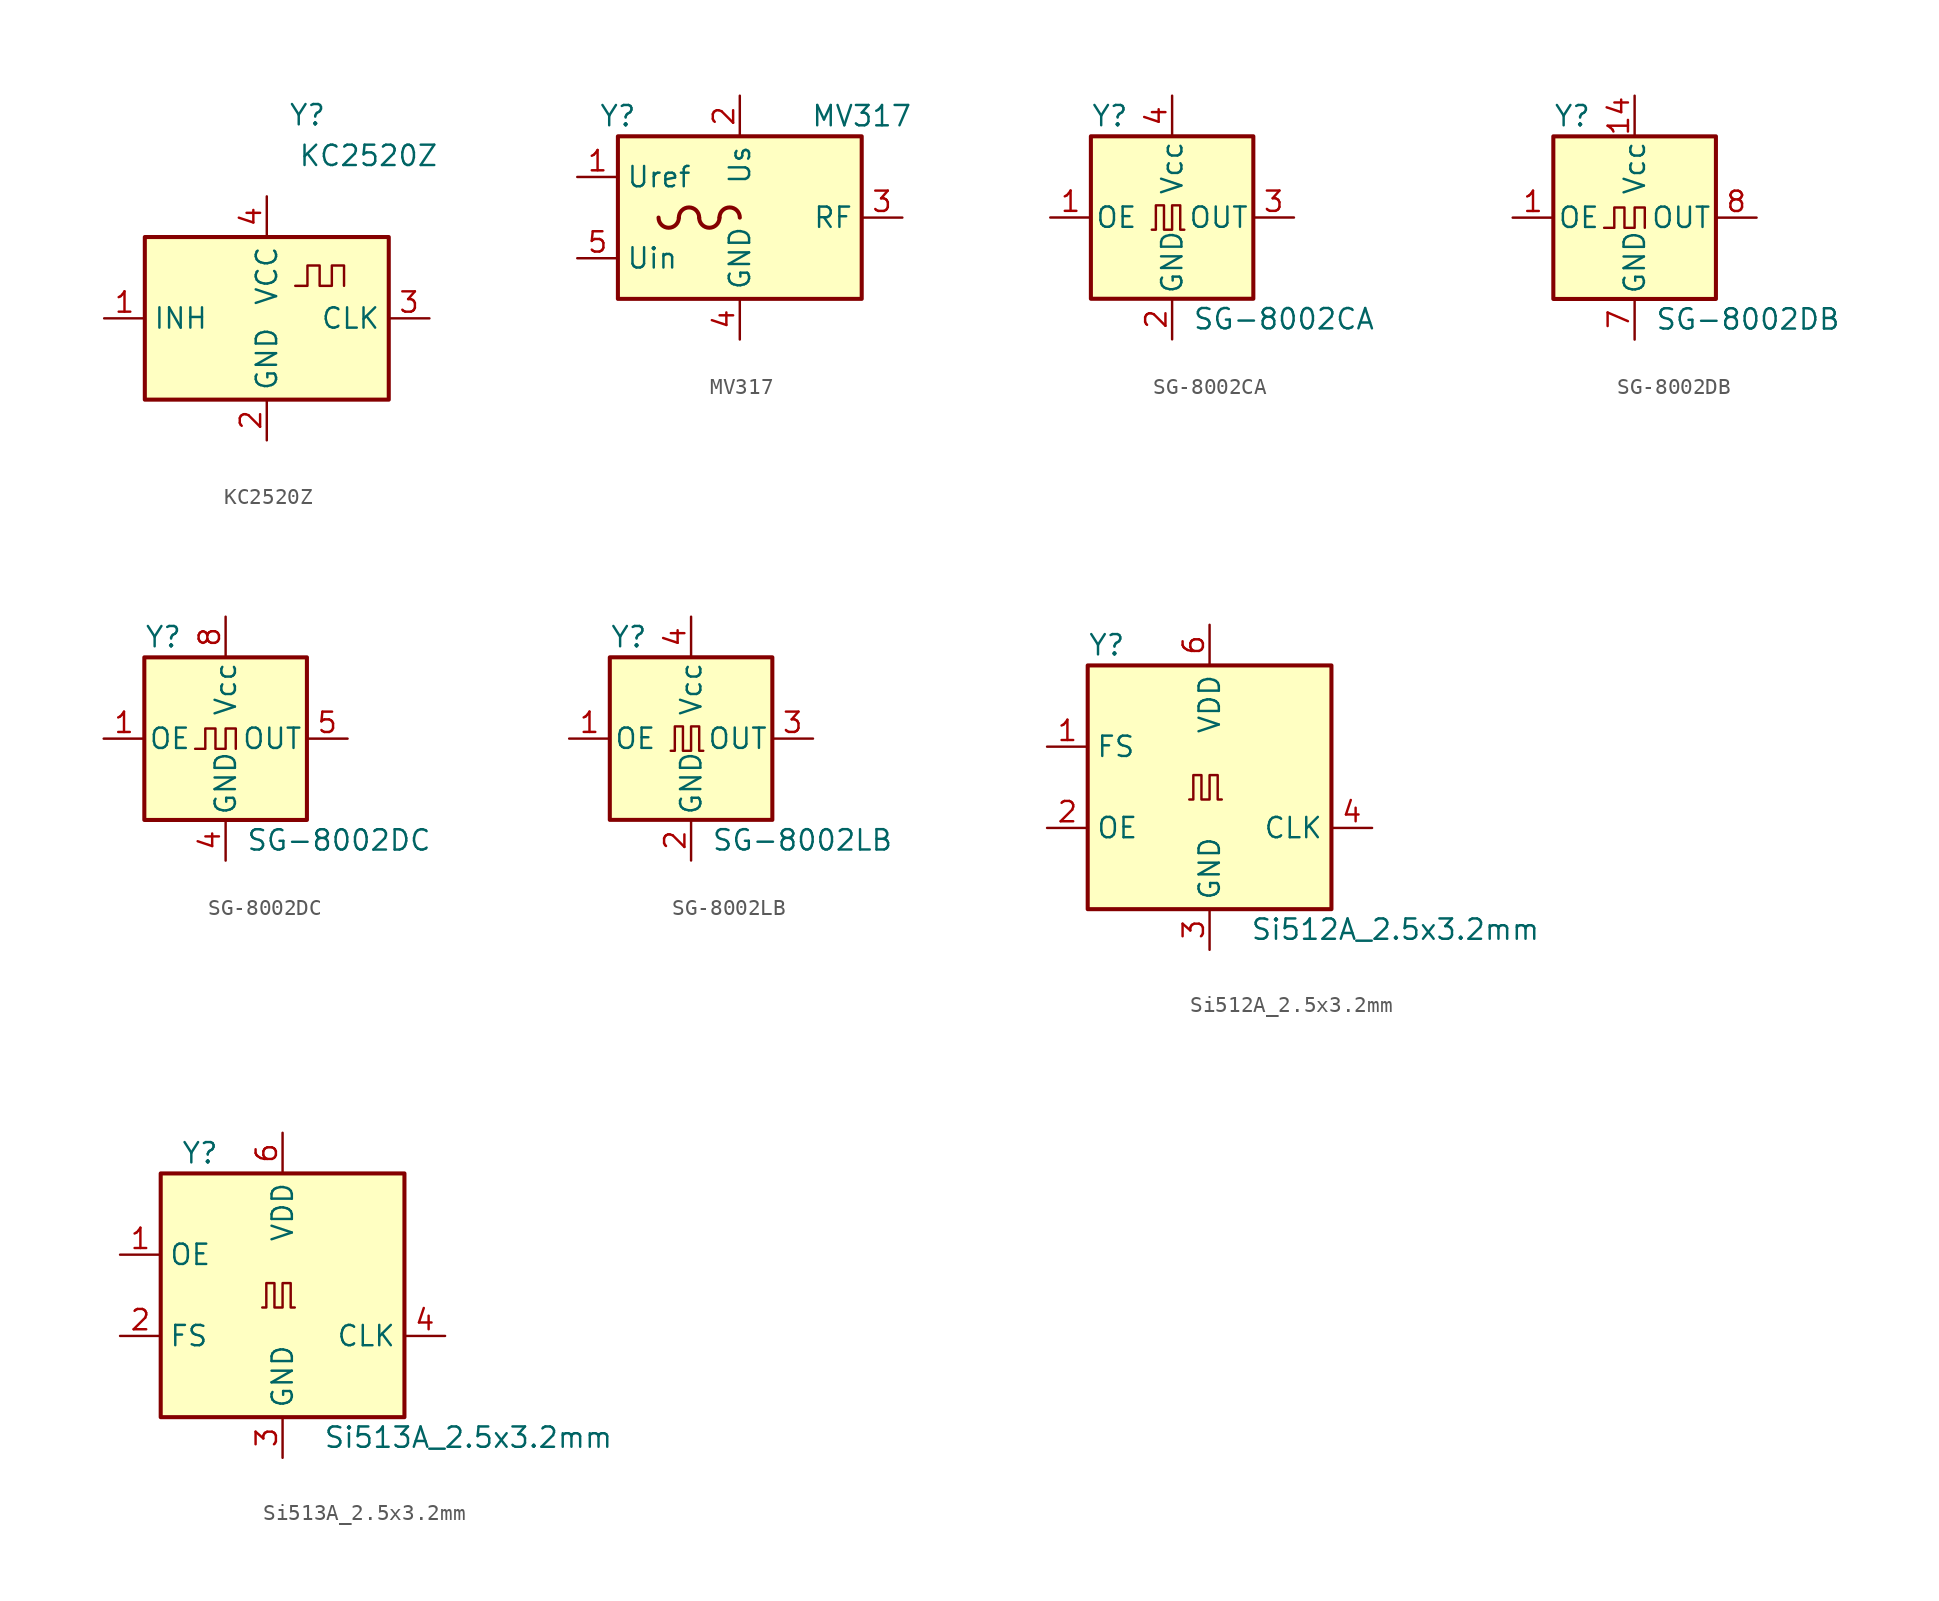
<source format=kicad_sym>
(kicad_symbol_lib
  (version 20241209)
  (generator "kicad_symbol_editor")
  (generator_version "9.0")
  (symbol "KC2520Z"
    (property "Reference" "Y"
      (at 2.54 12.7 0)
      (effects (font (size 1.27 1.27))))
    (property "Value" "KC2520Z"
      (at 6.35 10.16 0)
      (effects (font (size 1.27 1.27))))
    (symbol "KC2520Z_0_1"
      (rectangle (start -7.62 5.08) (end 7.62 -5.08) (stroke (width 0.254) (type default)) (fill (type background))))
    (symbol "KC2520Z_1_1"
      (polyline (pts (xy 1.778 2.032) (xy 2.54 2.032) (xy 2.54 3.302) (xy 3.302 3.302) (xy 3.302 2.032) (xy 4.064 2.032) (xy 4.064 3.302) (xy 4.826 3.302) (xy 4.826 2.032)) (stroke (width 0) (type default)) (fill (type none)))
      (pin input line (at -10.16 0 0) (length 2.54) (name "INH" (effects (font (size 1.27 1.27)))) (number "1" (effects (font (size 1.27 1.27)))))
      (pin power_in line (at 0 7.62 270) (length 2.54) (name "VCC" (effects (font (size 1.27 1.27)))) (number "4" (effects (font (size 1.27 1.27)))))
      (pin power_in line (at 0 -7.62 90) (length 2.54) (name "GND" (effects (font (size 1.27 1.27)))) (number "2" (effects (font (size 1.27 1.27)))))
      (pin output line (at 10.16 0 180) (length 2.54) (name "CLK" (effects (font (size 1.27 1.27)))) (number "3" (effects (font (size 1.27 1.27)))))))
  (symbol "MV317"
    (property "Reference" "Y"
      (at -7.62 6.35 0)
      (effects (font (size 1.27 1.27))))
    (property "Value" "MV317"
      (at 7.62 6.35 0)
      (effects (font (size 1.27 1.27))))
    (symbol "MV317_0_1"
      (rectangle (start -7.62 5.08) (end 7.62 -5.08) (stroke (width 0.254) (type default)) (fill (type background)))
      (arc (start -3.81 0) (mid -4.445 -0.6323) (end -5.08 0) (stroke (width 0.254) (type default)) (fill (type none)))
      (arc (start -3.81 0) (mid -3.175 0.6323) (end -2.54 0) (stroke (width 0.254) (type default)) (fill (type none)))
      (arc (start -1.27 0) (mid -1.905 -0.6323) (end -2.54 0) (stroke (width 0.254) (type default)) (fill (type none)))
      (arc (start -1.27 0) (mid -0.635 0.6323) (end 0 0) (stroke (width 0.254) (type default)) (fill (type none))))
    (symbol "MV317_1_1"
      (pin output line (at -10.16 2.54 0) (length 2.54) (name "Uref" (effects (font (size 1.27 1.27)))) (number "1" (effects (font (size 1.27 1.27)))))
      (pin input line (at -10.16 -2.54 0) (length 2.54) (name "Uin" (effects (font (size 1.27 1.27)))) (number "5" (effects (font (size 1.27 1.27)))))
      (pin power_in line (at 0 7.62 270) (length 2.54) (name "Us" (effects (font (size 1.27 1.27)))) (number "2" (effects (font (size 1.27 1.27)))))
      (pin power_in line (at 0 -7.62 90) (length 2.54) (name "GND" (effects (font (size 1.27 1.27)))) (number "4" (effects (font (size 1.27 1.27)))))
      (pin output line (at 10.16 0 180) (length 2.54) (name "RF" (effects (font (size 1.27 1.27)))) (number "3" (effects (font (size 1.27 1.27)))))))
  (symbol "SG-8002CA"
    (pin_names
      (offset 0.254))
    (property "Reference" "Y"
      (at -5.08 6.35 0)
      (effects (font (size 1.27 1.27)) (justify left)))
    (property "Value" "SG-8002CA"
      (at 1.27 -6.35 0)
      (effects (font (size 1.27 1.27)) (justify left)))
    (symbol "SG-8002CA_0_1"
      (rectangle (start -5.08 5.08) (end 5.08 -5.08) (stroke (width 0.254) (type default)) (fill (type background)))
      (polyline (pts (xy -1.27 -0.762) (xy -1.016 -0.762) (xy -1.016 0.762) (xy -0.508 0.762) (xy -0.508 -0.762) (xy 0 -0.762) (xy 0 0.762) (xy 0.508 0.762) (xy 0.508 -0.762) (xy 0.762 -0.762)) (stroke (width 0) (type default)) (fill (type none))))
    (symbol "SG-8002CA_1_1"
      (pin input line (at -7.62 0 0) (length 2.54) (name "OE" (effects (font (size 1.27 1.27)))) (number "1" (effects (font (size 1.27 1.27)))))
      (pin power_in line (at 0 7.62 270) (length 2.54) (name "Vcc" (effects (font (size 1.27 1.27)))) (number "4" (effects (font (size 1.27 1.27)))))
      (pin power_in line (at 0 -7.62 90) (length 2.54) (name "GND" (effects (font (size 1.27 1.27)))) (number "2" (effects (font (size 1.27 1.27)))))
      (pin output line (at 7.62 0 180) (length 2.54) (name "OUT" (effects (font (size 1.27 1.27)))) (number "3" (effects (font (size 1.27 1.27)))))))
  (symbol "SG-8002DB"
    (pin_names
      (offset 0.254))
    (property "Reference" "Y"
      (at -5.08 6.35 0)
      (effects (font (size 1.27 1.27)) (justify left)))
    (property "Value" "SG-8002DB"
      (at 1.27 -6.35 0)
      (effects (font (size 1.27 1.27)) (justify left)))
    (symbol "SG-8002DB_0_1"
      (rectangle (start -5.08 5.08) (end 5.08 -5.08) (stroke (width 0.254) (type default)) (fill (type background)))
      (polyline (pts (xy -1.905 -0.635) (xy -1.27 -0.635) (xy -1.27 0.635) (xy -0.635 0.635) (xy -0.635 -0.635) (xy 0 -0.635) (xy 0 0.635) (xy 0.635 0.635) (xy 0.635 -0.635)) (stroke (width 0) (type default)) (fill (type none))))
    (symbol "SG-8002DB_1_1"
      (pin input line (at -7.62 0 0) (length 2.54) (name "OE" (effects (font (size 1.27 1.27)))) (number "1" (effects (font (size 1.27 1.27)))))
      (pin power_in line (at 0 7.62 270) (length 2.54) (name "Vcc" (effects (font (size 1.27 1.27)))) (number "14" (effects (font (size 1.27 1.27)))))
      (pin power_in line (at 0 -7.62 90) (length 2.54) (name "GND" (effects (font (size 1.27 1.27)))) (number "7" (effects (font (size 1.27 1.27)))))
      (pin output line (at 7.62 0 180) (length 2.54) (name "OUT" (effects (font (size 1.27 1.27)))) (number "8" (effects (font (size 1.27 1.27)))))))
  (symbol "SG-8002DC"
    (pin_names
      (offset 0.254))
    (property "Reference" "Y"
      (at -5.08 6.35 0)
      (effects (font (size 1.27 1.27)) (justify left)))
    (property "Value" "SG-8002DC"
      (at 1.27 -6.35 0)
      (effects (font (size 1.27 1.27)) (justify left)))
    (symbol "SG-8002DC_0_1"
      (rectangle (start -5.08 5.08) (end 5.08 -5.08) (stroke (width 0.254) (type default)) (fill (type background)))
      (polyline (pts (xy -1.905 -0.635) (xy -1.27 -0.635) (xy -1.27 0.635) (xy -0.635 0.635) (xy -0.635 -0.635) (xy 0 -0.635) (xy 0 0.635) (xy 0.635 0.635) (xy 0.635 -0.635)) (stroke (width 0) (type default)) (fill (type none))))
    (symbol "SG-8002DC_1_1"
      (pin input line (at -7.62 0 0) (length 2.54) (name "OE" (effects (font (size 1.27 1.27)))) (number "1" (effects (font (size 1.27 1.27)))))
      (pin power_in line (at 0 7.62 270) (length 2.54) (name "Vcc" (effects (font (size 1.27 1.27)))) (number "8" (effects (font (size 1.27 1.27)))))
      (pin power_in line (at 0 -7.62 90) (length 2.54) (name "GND" (effects (font (size 1.27 1.27)))) (number "4" (effects (font (size 1.27 1.27)))))
      (pin output line (at 7.62 0 180) (length 2.54) (name "OUT" (effects (font (size 1.27 1.27)))) (number "5" (effects (font (size 1.27 1.27)))))))
  (symbol "SG-8002LB"
    (pin_names
      (offset 0.254))
    (property "Reference" "Y"
      (at -5.08 6.35 0)
      (effects (font (size 1.27 1.27)) (justify left)))
    (property "Value" "SG-8002LB"
      (at 1.27 -6.35 0)
      (effects (font (size 1.27 1.27)) (justify left)))
    (symbol "SG-8002LB_0_1"
      (rectangle (start -5.08 5.08) (end 5.08 -5.08) (stroke (width 0.254) (type default)) (fill (type background)))
      (polyline (pts (xy -1.27 -0.762) (xy -1.016 -0.762) (xy -1.016 0.762) (xy -0.508 0.762) (xy -0.508 -0.762) (xy 0 -0.762) (xy 0 0.762) (xy 0.508 0.762) (xy 0.508 -0.762) (xy 0.762 -0.762)) (stroke (width 0) (type default)) (fill (type none))))
    (symbol "SG-8002LB_1_1"
      (pin input line (at -7.62 0 0) (length 2.54) (name "OE" (effects (font (size 1.27 1.27)))) (number "1" (effects (font (size 1.27 1.27)))))
      (pin power_in line (at 0 7.62 270) (length 2.54) (name "Vcc" (effects (font (size 1.27 1.27)))) (number "4" (effects (font (size 1.27 1.27)))))
      (pin power_in line (at 0 -7.62 90) (length 2.54) (name "GND" (effects (font (size 1.27 1.27)))) (number "2" (effects (font (size 1.27 1.27)))))
      (pin output line (at 7.62 0 180) (length 2.54) (name "OUT" (effects (font (size 1.27 1.27)))) (number "3" (effects (font (size 1.27 1.27)))))))
  (symbol "Si512A_2.5x3.2mm"
    (property "Reference" "Y"
      (at -7.62 8.89 0)
      (effects (font (size 1.27 1.27)) (justify left)))
    (property "Value" "Si512A_2.5x3.2mm"
      (at 2.54 -8.89 0)
      (effects (font (size 1.27 1.27)) (justify left)))
    (symbol "Si512A_2.5x3.2mm_0_1"
      (rectangle (start -7.62 7.62) (end 7.62 -7.62) (stroke (width 0.254) (type default)) (fill (type background)))
      (polyline (pts (xy -1.27 -0.762) (xy -1.016 -0.762) (xy -1.016 0.762) (xy -0.508 0.762) (xy -0.508 -0.762) (xy 0 -0.762) (xy 0 0.762) (xy 0.508 0.762) (xy 0.508 -0.762) (xy 0.762 -0.762)) (stroke (width 0) (type default)) (fill (type none))))
    (symbol "Si512A_2.5x3.2mm_1_1"
      (pin input line (at -10.16 2.54 0) (length 2.54) (name "FS" (effects (font (size 1.27 1.27)))) (number "1" (effects (font (size 1.27 1.27)))))
      (pin input line (at -10.16 -2.54 0) (length 2.54) (name "OE" (effects (font (size 1.27 1.27)))) (number "2" (effects (font (size 1.27 1.27)))))
      (pin power_in line (at 0 10.16 270) (length 2.54) (name "VDD" (effects (font (size 1.27 1.27)))) (number "6" (effects (font (size 1.27 1.27)))))
      (pin power_in line (at 0 -10.16 90) (length 2.54) (name "GND" (effects (font (size 1.27 1.27)))) (number "3" (effects (font (size 1.27 1.27)))))
      (pin no_connect line (at 7.62 2.54 180) (length 2.54) (hide yes) (name "NC" (effects (font (size 1.27 1.27)))) (number "5" (effects (font (size 1.27 1.27)))))
      (pin output line (at 10.16 -2.54 180) (length 2.54) (name "CLK" (effects (font (size 1.27 1.27)))) (number "4" (effects (font (size 1.27 1.27)))))))
  (symbol "Si513A_2.5x3.2mm"
    (property "Reference" "Y"
      (at -6.35 8.89 0)
      (effects (font (size 1.27 1.27)) (justify left)))
    (property "Value" "Si513A_2.5x3.2mm"
      (at 2.54 -8.89 0)
      (effects (font (size 1.27 1.27)) (justify left)))
    (symbol "Si513A_2.5x3.2mm_0_1"
      (rectangle (start -7.62 7.62) (end 7.62 -7.62) (stroke (width 0.254) (type default)) (fill (type background)))
      (polyline (pts (xy -1.27 -0.762) (xy -1.016 -0.762) (xy -1.016 0.762) (xy -0.508 0.762) (xy -0.508 -0.762) (xy 0 -0.762) (xy 0 0.762) (xy 0.508 0.762) (xy 0.508 -0.762) (xy 0.762 -0.762)) (stroke (width 0) (type default)) (fill (type none))))
    (symbol "Si513A_2.5x3.2mm_1_1"
      (pin input line (at -10.16 2.54 0) (length 2.54) (name "OE" (effects (font (size 1.27 1.27)))) (number "1" (effects (font (size 1.27 1.27)))))
      (pin input line (at -10.16 -2.54 0) (length 2.54) (name "FS" (effects (font (size 1.27 1.27)))) (number "2" (effects (font (size 1.27 1.27)))))
      (pin power_in line (at 0 10.16 270) (length 2.54) (name "VDD" (effects (font (size 1.27 1.27)))) (number "6" (effects (font (size 1.27 1.27)))))
      (pin power_in line (at 0 -10.16 90) (length 2.54) (name "GND" (effects (font (size 1.27 1.27)))) (number "3" (effects (font (size 1.27 1.27)))))
      (pin no_connect line (at 7.62 2.54 180) (length 2.54) (hide yes) (name "NC" (effects (font (size 1.27 1.27)))) (number "5" (effects (font (size 1.27 1.27)))))
      (pin output line (at 10.16 -2.54 180) (length 2.54) (name "CLK" (effects (font (size 1.27 1.27)))) (number "4" (effects (font (size 1.27 1.27))))))))
</source>
